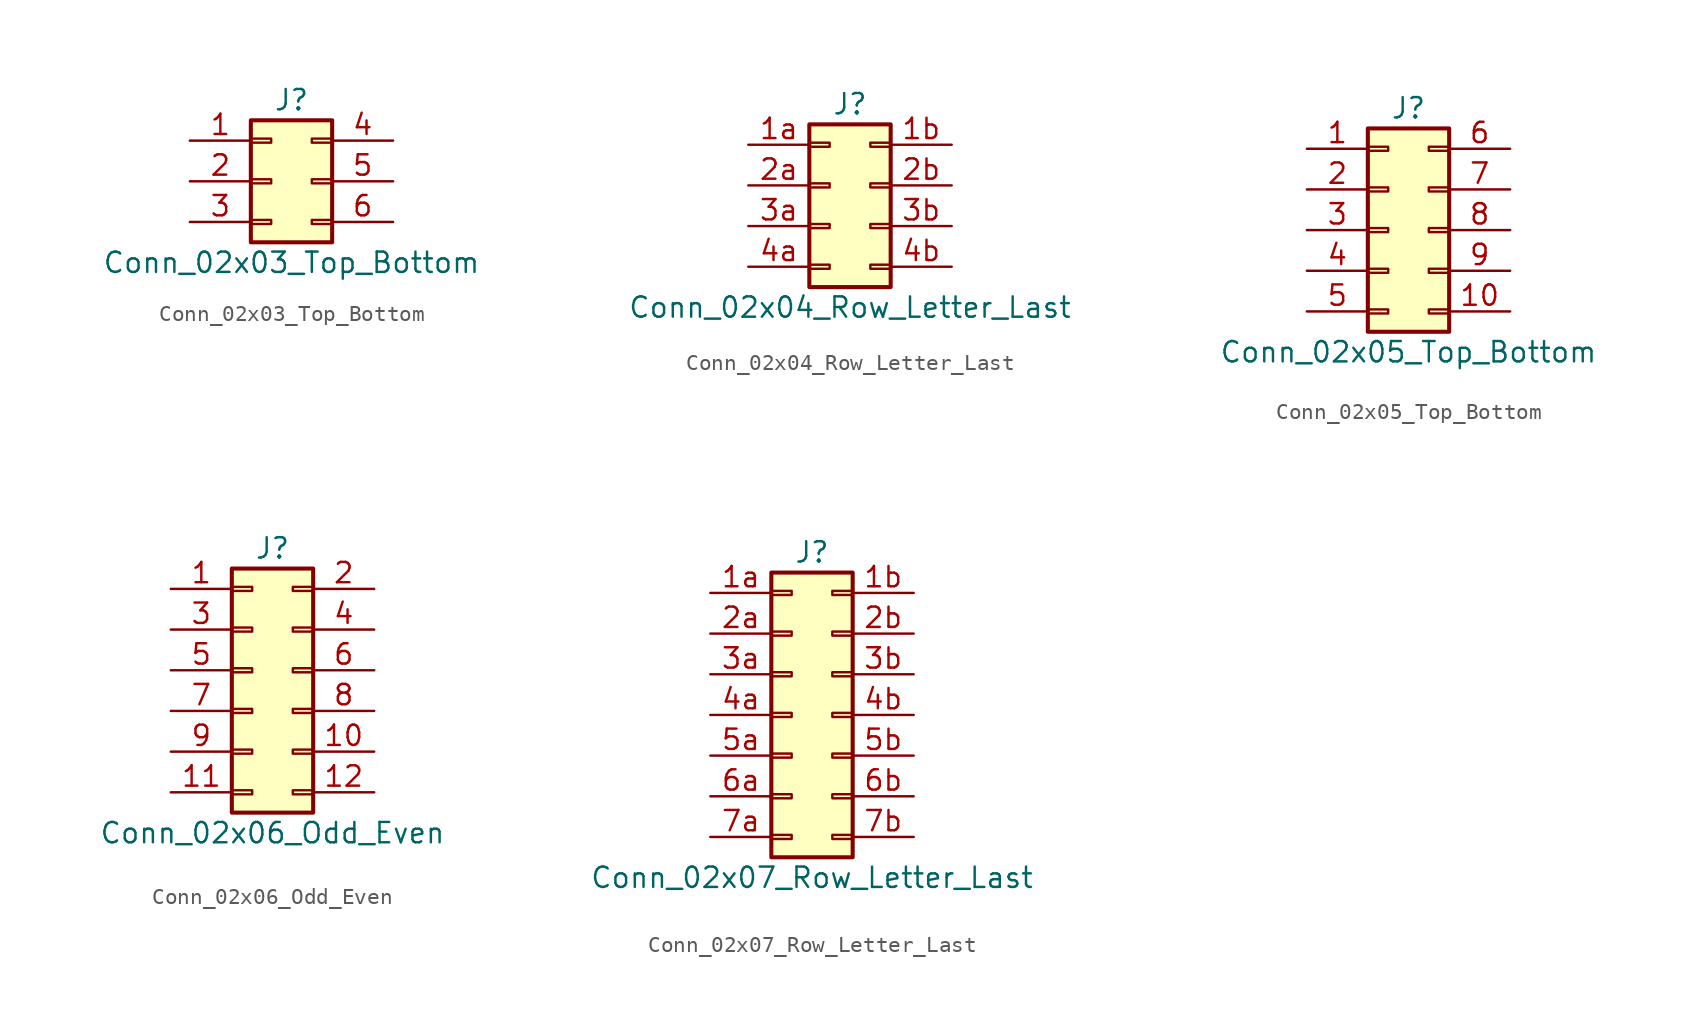
<source format=kicad_sym>
(kicad_symbol_lib
  (version 20220914)
  (generator kicad_symbol_editor)
  (symbol "Conn_02x03_Top_Bottom"
    (pin_names
      (offset 1.016) hide)
    (property "Reference" "J"
      (at 1.27 5.08 0)
      (effects (font (size 1.27 1.27))))
    (property "Value" "Conn_02x03_Top_Bottom"
      (at 1.27 -5.08 0)
      (effects (font (size 1.27 1.27))))
    (symbol "Conn_02x03_Top_Bottom_1_1"
      (rectangle (start -1.27 -2.413) (end 0 -2.667) (stroke (width 0.152) (type default)) (fill (type none)))
      (rectangle (start -1.27 0.127) (end 0 -0.127) (stroke (width 0.152) (type default)) (fill (type none)))
      (rectangle (start -1.27 2.667) (end 0 2.413) (stroke (width 0.152) (type default)) (fill (type none)))
      (rectangle (start -1.27 3.81) (end 3.81 -3.81) (stroke (width 0.254) (type default)) (fill (type background)))
      (rectangle (start 3.81 -2.413) (end 2.54 -2.667) (stroke (width 0.152) (type default)) (fill (type none)))
      (rectangle (start 3.81 0.127) (end 2.54 -0.127) (stroke (width 0.152) (type default)) (fill (type none)))
      (rectangle (start 3.81 2.667) (end 2.54 2.413) (stroke (width 0.152) (type default)) (fill (type none)))
      (pin passive line (at -5.08 2.54 0) (length 3.81) (name "Pin_1" (effects (font (size 1.27 1.27)))) (number "1" (effects (font (size 1.27 1.27)))))
      (pin passive line (at -5.08 0 0) (length 3.81) (name "Pin_2" (effects (font (size 1.27 1.27)))) (number "2" (effects (font (size 1.27 1.27)))))
      (pin passive line (at -5.08 -2.54 0) (length 3.81) (name "Pin_3" (effects (font (size 1.27 1.27)))) (number "3" (effects (font (size 1.27 1.27)))))
      (pin passive line (at 7.62 2.54 180) (length 3.81) (name "Pin_4" (effects (font (size 1.27 1.27)))) (number "4" (effects (font (size 1.27 1.27)))))
      (pin passive line (at 7.62 0 180) (length 3.81) (name "Pin_5" (effects (font (size 1.27 1.27)))) (number "5" (effects (font (size 1.27 1.27)))))
      (pin passive line (at 7.62 -2.54 180) (length 3.81) (name "Pin_6" (effects (font (size 1.27 1.27)))) (number "6" (effects (font (size 1.27 1.27)))))))
  (symbol "Conn_02x04_Row_Letter_Last"
    (pin_names
      (offset 1.016) hide)
    (property "Reference" "J"
      (at 1.27 5.08 0)
      (effects (font (size 1.27 1.27))))
    (property "Value" "Conn_02x04_Row_Letter_Last"
      (at 1.27 -7.62 0)
      (effects (font (size 1.27 1.27))))
    (symbol "Conn_02x04_Row_Letter_Last_1_1"
      (rectangle (start -1.27 -4.953) (end 0 -5.207) (stroke (width 0.152) (type default)) (fill (type none)))
      (rectangle (start -1.27 -2.413) (end 0 -2.667) (stroke (width 0.152) (type default)) (fill (type none)))
      (rectangle (start -1.27 0.127) (end 0 -0.127) (stroke (width 0.152) (type default)) (fill (type none)))
      (rectangle (start -1.27 2.667) (end 0 2.413) (stroke (width 0.152) (type default)) (fill (type none)))
      (rectangle (start -1.27 3.81) (end 3.81 -6.35) (stroke (width 0.254) (type default)) (fill (type background)))
      (rectangle (start 3.81 -4.953) (end 2.54 -5.207) (stroke (width 0.152) (type default)) (fill (type none)))
      (rectangle (start 3.81 -2.413) (end 2.54 -2.667) (stroke (width 0.152) (type default)) (fill (type none)))
      (rectangle (start 3.81 0.127) (end 2.54 -0.127) (stroke (width 0.152) (type default)) (fill (type none)))
      (rectangle (start 3.81 2.667) (end 2.54 2.413) (stroke (width 0.152) (type default)) (fill (type none)))
      (pin passive line (at -5.08 2.54 0) (length 3.81) (name "Pin_1a" (effects (font (size 1.27 1.27)))) (number "1a" (effects (font (size 1.27 1.27)))))
      (pin passive line (at 7.62 2.54 180) (length 3.81) (name "Pin_1b" (effects (font (size 1.27 1.27)))) (number "1b" (effects (font (size 1.27 1.27)))))
      (pin passive line (at -5.08 0 0) (length 3.81) (name "Pin_2a" (effects (font (size 1.27 1.27)))) (number "2a" (effects (font (size 1.27 1.27)))))
      (pin passive line (at 7.62 0 180) (length 3.81) (name "Pin_2b" (effects (font (size 1.27 1.27)))) (number "2b" (effects (font (size 1.27 1.27)))))
      (pin passive line (at -5.08 -2.54 0) (length 3.81) (name "Pin_3a" (effects (font (size 1.27 1.27)))) (number "3a" (effects (font (size 1.27 1.27)))))
      (pin passive line (at 7.62 -2.54 180) (length 3.81) (name "Pin_3b" (effects (font (size 1.27 1.27)))) (number "3b" (effects (font (size 1.27 1.27)))))
      (pin passive line (at -5.08 -5.08 0) (length 3.81) (name "Pin_4a" (effects (font (size 1.27 1.27)))) (number "4a" (effects (font (size 1.27 1.27)))))
      (pin passive line (at 7.62 -5.08 180) (length 3.81) (name "Pin_4b" (effects (font (size 1.27 1.27)))) (number "4b" (effects (font (size 1.27 1.27)))))))
  (symbol "Conn_02x05_Top_Bottom"
    (pin_names
      (offset 1.016) hide)
    (property "Reference" "J"
      (at 1.27 7.62 0)
      (effects (font (size 1.27 1.27))))
    (property "Value" "Conn_02x05_Top_Bottom"
      (at 1.27 -7.62 0)
      (effects (font (size 1.27 1.27))))
    (symbol "Conn_02x05_Top_Bottom_1_1"
      (rectangle (start -1.27 -4.953) (end 0 -5.207) (stroke (width 0.152) (type default)) (fill (type none)))
      (rectangle (start -1.27 -2.413) (end 0 -2.667) (stroke (width 0.152) (type default)) (fill (type none)))
      (rectangle (start -1.27 0.127) (end 0 -0.127) (stroke (width 0.152) (type default)) (fill (type none)))
      (rectangle (start -1.27 2.667) (end 0 2.413) (stroke (width 0.152) (type default)) (fill (type none)))
      (rectangle (start -1.27 5.207) (end 0 4.953) (stroke (width 0.152) (type default)) (fill (type none)))
      (rectangle (start -1.27 6.35) (end 3.81 -6.35) (stroke (width 0.254) (type default)) (fill (type background)))
      (rectangle (start 3.81 -4.953) (end 2.54 -5.207) (stroke (width 0.152) (type default)) (fill (type none)))
      (rectangle (start 3.81 -2.413) (end 2.54 -2.667) (stroke (width 0.152) (type default)) (fill (type none)))
      (rectangle (start 3.81 0.127) (end 2.54 -0.127) (stroke (width 0.152) (type default)) (fill (type none)))
      (rectangle (start 3.81 2.667) (end 2.54 2.413) (stroke (width 0.152) (type default)) (fill (type none)))
      (rectangle (start 3.81 5.207) (end 2.54 4.953) (stroke (width 0.152) (type default)) (fill (type none)))
      (pin passive line (at -5.08 5.08 0) (length 3.81) (name "Pin_1" (effects (font (size 1.27 1.27)))) (number "1" (effects (font (size 1.27 1.27)))))
      (pin passive line (at 7.62 -5.08 180) (length 3.81) (name "Pin_10" (effects (font (size 1.27 1.27)))) (number "10" (effects (font (size 1.27 1.27)))))
      (pin passive line (at -5.08 2.54 0) (length 3.81) (name "Pin_2" (effects (font (size 1.27 1.27)))) (number "2" (effects (font (size 1.27 1.27)))))
      (pin passive line (at -5.08 0 0) (length 3.81) (name "Pin_3" (effects (font (size 1.27 1.27)))) (number "3" (effects (font (size 1.27 1.27)))))
      (pin passive line (at -5.08 -2.54 0) (length 3.81) (name "Pin_4" (effects (font (size 1.27 1.27)))) (number "4" (effects (font (size 1.27 1.27)))))
      (pin passive line (at -5.08 -5.08 0) (length 3.81) (name "Pin_5" (effects (font (size 1.27 1.27)))) (number "5" (effects (font (size 1.27 1.27)))))
      (pin passive line (at 7.62 5.08 180) (length 3.81) (name "Pin_6" (effects (font (size 1.27 1.27)))) (number "6" (effects (font (size 1.27 1.27)))))
      (pin passive line (at 7.62 2.54 180) (length 3.81) (name "Pin_7" (effects (font (size 1.27 1.27)))) (number "7" (effects (font (size 1.27 1.27)))))
      (pin passive line (at 7.62 0 180) (length 3.81) (name "Pin_8" (effects (font (size 1.27 1.27)))) (number "8" (effects (font (size 1.27 1.27)))))
      (pin passive line (at 7.62 -2.54 180) (length 3.81) (name "Pin_9" (effects (font (size 1.27 1.27)))) (number "9" (effects (font (size 1.27 1.27)))))))
  (symbol "Conn_02x06_Odd_Even"
    (pin_names
      (offset 1.016) hide)
    (property "Reference" "J"
      (at 1.27 7.62 0)
      (effects (font (size 1.27 1.27))))
    (property "Value" "Conn_02x06_Odd_Even"
      (at 1.27 -10.16 0)
      (effects (font (size 1.27 1.27))))
    (symbol "Conn_02x06_Odd_Even_1_1"
      (rectangle (start -1.27 -7.493) (end 0 -7.747) (stroke (width 0.152) (type default)) (fill (type none)))
      (rectangle (start -1.27 -4.953) (end 0 -5.207) (stroke (width 0.152) (type default)) (fill (type none)))
      (rectangle (start -1.27 -2.413) (end 0 -2.667) (stroke (width 0.152) (type default)) (fill (type none)))
      (rectangle (start -1.27 0.127) (end 0 -0.127) (stroke (width 0.152) (type default)) (fill (type none)))
      (rectangle (start -1.27 2.667) (end 0 2.413) (stroke (width 0.152) (type default)) (fill (type none)))
      (rectangle (start -1.27 5.207) (end 0 4.953) (stroke (width 0.152) (type default)) (fill (type none)))
      (rectangle (start -1.27 6.35) (end 3.81 -8.89) (stroke (width 0.254) (type default)) (fill (type background)))
      (rectangle (start 3.81 -7.493) (end 2.54 -7.747) (stroke (width 0.152) (type default)) (fill (type none)))
      (rectangle (start 3.81 -4.953) (end 2.54 -5.207) (stroke (width 0.152) (type default)) (fill (type none)))
      (rectangle (start 3.81 -2.413) (end 2.54 -2.667) (stroke (width 0.152) (type default)) (fill (type none)))
      (rectangle (start 3.81 0.127) (end 2.54 -0.127) (stroke (width 0.152) (type default)) (fill (type none)))
      (rectangle (start 3.81 2.667) (end 2.54 2.413) (stroke (width 0.152) (type default)) (fill (type none)))
      (rectangle (start 3.81 5.207) (end 2.54 4.953) (stroke (width 0.152) (type default)) (fill (type none)))
      (pin passive line (at -5.08 5.08 0) (length 3.81) (name "Pin_1" (effects (font (size 1.27 1.27)))) (number "1" (effects (font (size 1.27 1.27)))))
      (pin passive line (at 7.62 -5.08 180) (length 3.81) (name "Pin_10" (effects (font (size 1.27 1.27)))) (number "10" (effects (font (size 1.27 1.27)))))
      (pin passive line (at -5.08 -7.62 0) (length 3.81) (name "Pin_11" (effects (font (size 1.27 1.27)))) (number "11" (effects (font (size 1.27 1.27)))))
      (pin passive line (at 7.62 -7.62 180) (length 3.81) (name "Pin_12" (effects (font (size 1.27 1.27)))) (number "12" (effects (font (size 1.27 1.27)))))
      (pin passive line (at 7.62 5.08 180) (length 3.81) (name "Pin_2" (effects (font (size 1.27 1.27)))) (number "2" (effects (font (size 1.27 1.27)))))
      (pin passive line (at -5.08 2.54 0) (length 3.81) (name "Pin_3" (effects (font (size 1.27 1.27)))) (number "3" (effects (font (size 1.27 1.27)))))
      (pin passive line (at 7.62 2.54 180) (length 3.81) (name "Pin_4" (effects (font (size 1.27 1.27)))) (number "4" (effects (font (size 1.27 1.27)))))
      (pin passive line (at -5.08 0 0) (length 3.81) (name "Pin_5" (effects (font (size 1.27 1.27)))) (number "5" (effects (font (size 1.27 1.27)))))
      (pin passive line (at 7.62 0 180) (length 3.81) (name "Pin_6" (effects (font (size 1.27 1.27)))) (number "6" (effects (font (size 1.27 1.27)))))
      (pin passive line (at -5.08 -2.54 0) (length 3.81) (name "Pin_7" (effects (font (size 1.27 1.27)))) (number "7" (effects (font (size 1.27 1.27)))))
      (pin passive line (at 7.62 -2.54 180) (length 3.81) (name "Pin_8" (effects (font (size 1.27 1.27)))) (number "8" (effects (font (size 1.27 1.27)))))
      (pin passive line (at -5.08 -5.08 0) (length 3.81) (name "Pin_9" (effects (font (size 1.27 1.27)))) (number "9" (effects (font (size 1.27 1.27)))))))
  (symbol "Conn_02x07_Row_Letter_Last"
    (pin_names
      (offset 1.016) hide)
    (property "Reference" "J"
      (at 1.27 10.16 0)
      (effects (font (size 1.27 1.27))))
    (property "Value" "Conn_02x07_Row_Letter_Last"
      (at 1.27 -10.16 0)
      (effects (font (size 1.27 1.27))))
    (symbol "Conn_02x07_Row_Letter_Last_1_1"
      (rectangle (start -1.27 -7.493) (end 0 -7.747) (stroke (width 0.152) (type default)) (fill (type none)))
      (rectangle (start -1.27 -4.953) (end 0 -5.207) (stroke (width 0.152) (type default)) (fill (type none)))
      (rectangle (start -1.27 -2.413) (end 0 -2.667) (stroke (width 0.152) (type default)) (fill (type none)))
      (rectangle (start -1.27 0.127) (end 0 -0.127) (stroke (width 0.152) (type default)) (fill (type none)))
      (rectangle (start -1.27 2.667) (end 0 2.413) (stroke (width 0.152) (type default)) (fill (type none)))
      (rectangle (start -1.27 5.207) (end 0 4.953) (stroke (width 0.152) (type default)) (fill (type none)))
      (rectangle (start -1.27 7.747) (end 0 7.493) (stroke (width 0.152) (type default)) (fill (type none)))
      (rectangle (start -1.27 8.89) (end 3.81 -8.89) (stroke (width 0.254) (type default)) (fill (type background)))
      (rectangle (start 3.81 -7.493) (end 2.54 -7.747) (stroke (width 0.152) (type default)) (fill (type none)))
      (rectangle (start 3.81 -4.953) (end 2.54 -5.207) (stroke (width 0.152) (type default)) (fill (type none)))
      (rectangle (start 3.81 -2.413) (end 2.54 -2.667) (stroke (width 0.152) (type default)) (fill (type none)))
      (rectangle (start 3.81 0.127) (end 2.54 -0.127) (stroke (width 0.152) (type default)) (fill (type none)))
      (rectangle (start 3.81 2.667) (end 2.54 2.413) (stroke (width 0.152) (type default)) (fill (type none)))
      (rectangle (start 3.81 5.207) (end 2.54 4.953) (stroke (width 0.152) (type default)) (fill (type none)))
      (rectangle (start 3.81 7.747) (end 2.54 7.493) (stroke (width 0.152) (type default)) (fill (type none)))
      (pin passive line (at -5.08 7.62 0) (length 3.81) (name "Pin_1a" (effects (font (size 1.27 1.27)))) (number "1a" (effects (font (size 1.27 1.27)))))
      (pin passive line (at 7.62 7.62 180) (length 3.81) (name "Pin_1b" (effects (font (size 1.27 1.27)))) (number "1b" (effects (font (size 1.27 1.27)))))
      (pin passive line (at -5.08 5.08 0) (length 3.81) (name "Pin_2a" (effects (font (size 1.27 1.27)))) (number "2a" (effects (font (size 1.27 1.27)))))
      (pin passive line (at 7.62 5.08 180) (length 3.81) (name "Pin_2b" (effects (font (size 1.27 1.27)))) (number "2b" (effects (font (size 1.27 1.27)))))
      (pin passive line (at -5.08 2.54 0) (length 3.81) (name "Pin_3a" (effects (font (size 1.27 1.27)))) (number "3a" (effects (font (size 1.27 1.27)))))
      (pin passive line (at 7.62 2.54 180) (length 3.81) (name "Pin_3b" (effects (font (size 1.27 1.27)))) (number "3b" (effects (font (size 1.27 1.27)))))
      (pin passive line (at -5.08 0 0) (length 3.81) (name "Pin_4a" (effects (font (size 1.27 1.27)))) (number "4a" (effects (font (size 1.27 1.27)))))
      (pin passive line (at 7.62 0 180) (length 3.81) (name "Pin_4b" (effects (font (size 1.27 1.27)))) (number "4b" (effects (font (size 1.27 1.27)))))
      (pin passive line (at -5.08 -2.54 0) (length 3.81) (name "Pin_5a" (effects (font (size 1.27 1.27)))) (number "5a" (effects (font (size 1.27 1.27)))))
      (pin passive line (at 7.62 -2.54 180) (length 3.81) (name "Pin_5b" (effects (font (size 1.27 1.27)))) (number "5b" (effects (font (size 1.27 1.27)))))
      (pin passive line (at -5.08 -5.08 0) (length 3.81) (name "Pin_6a" (effects (font (size 1.27 1.27)))) (number "6a" (effects (font (size 1.27 1.27)))))
      (pin passive line (at 7.62 -5.08 180) (length 3.81) (name "Pin_6b" (effects (font (size 1.27 1.27)))) (number "6b" (effects (font (size 1.27 1.27)))))
      (pin passive line (at -5.08 -7.62 0) (length 3.81) (name "Pin_7a" (effects (font (size 1.27 1.27)))) (number "7a" (effects (font (size 1.27 1.27)))))
      (pin passive line (at 7.62 -7.62 180) (length 3.81) (name "Pin_7b" (effects (font (size 1.27 1.27)))) (number "7b" (effects (font (size 1.27 1.27))))))))
</source>
